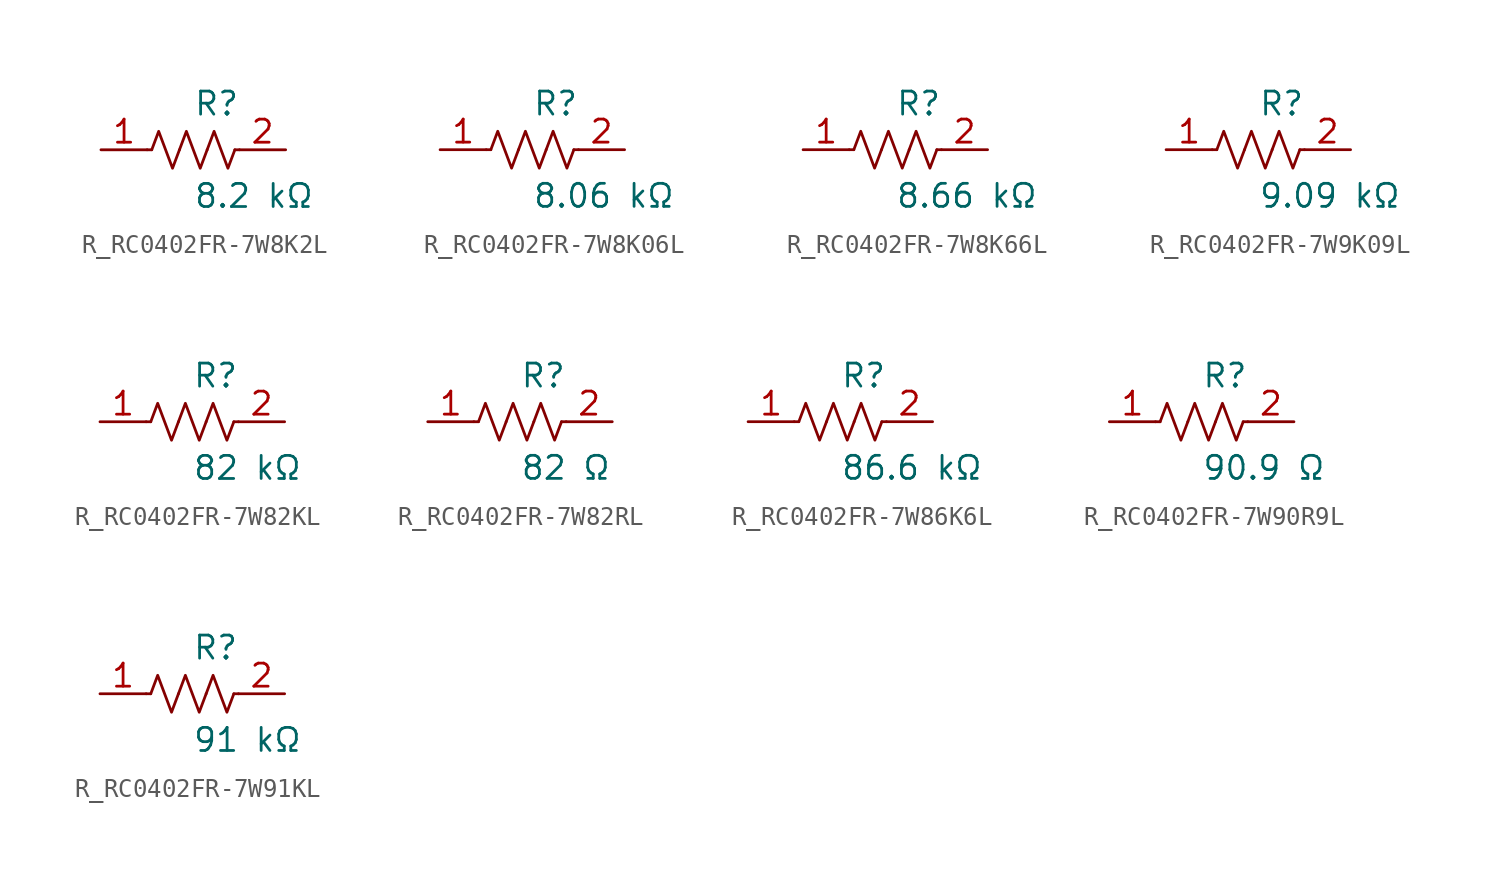
<source format=kicad_sym>
(kicad_symbol_lib
  (version 20231120)
  (generator kicad_symbol_editor)
  (generator_version 8.0)
  (symbol "R_RC0402FR-7W8K2L"
    (pin_names
      (offset 0.254))
    (property "Reference" "R"
      (at 0 2.54 0)
      (effects (font (size 1.27 1.27)) (justify left)))
    (property "Value" "8.2 kΩ"
      (at 0 -2.54 0)
      (effects (font (size 1.27 1.27)) (justify left)))
    (symbol "R_RC0402FR-7W8K2L_0_1"
      (polyline (pts (xy 2.286 0) (xy 2.54 0)) (stroke (width 0) (type default)) (fill (type none)))
      (polyline (pts (xy -2.286 0) (xy -2.54 0)) (stroke (width 0) (type default)) (fill (type none)))
      (polyline (pts (xy 0.762 0) (xy 1.143 1.016) (xy 1.524 0) (xy 1.905 -1.016) (xy 2.286 0)) (stroke (width 0) (type default)) (fill (type none)))
      (polyline (pts (xy -0.762 0) (xy -0.381 1.016) (xy 0 0) (xy 0.381 -1.016) (xy 0.762 0)) (stroke (width 0) (type default)) (fill (type none)))
      (polyline (pts (xy -2.286 0) (xy -1.905 1.016) (xy -1.524 0) (xy -1.143 -1.016) (xy -0.762 0)) (stroke (width 0) (type default)) (fill (type none))))
    (pin passive line
      (at -5.08 0 0)
      (length 2.54)
      (name "" (effects (font (size 1.27 1.27))))
      (number "1" (effects (font (size 1.27 1.27)))))
    (pin passive line
      (at 5.08 0 180)
      (length 2.54)
      (name "" (effects (font (size 1.27 1.27))))
      (number "2" (effects (font (size 1.27 1.27))))))
  (symbol "R_RC0402FR-7W8K06L"
    (pin_names
      (offset 0.254))
    (property "Reference" "R"
      (at 0 2.54 0)
      (effects (font (size 1.27 1.27)) (justify left)))
    (property "Value" "8.06 kΩ"
      (at 0 -2.54 0)
      (effects (font (size 1.27 1.27)) (justify left)))
    (symbol "R_RC0402FR-7W8K06L_0_1"
      (polyline (pts (xy 2.286 0) (xy 2.54 0)) (stroke (width 0) (type default)) (fill (type none)))
      (polyline (pts (xy -2.286 0) (xy -2.54 0)) (stroke (width 0) (type default)) (fill (type none)))
      (polyline (pts (xy 0.762 0) (xy 1.143 1.016) (xy 1.524 0) (xy 1.905 -1.016) (xy 2.286 0)) (stroke (width 0) (type default)) (fill (type none)))
      (polyline (pts (xy -0.762 0) (xy -0.381 1.016) (xy 0 0) (xy 0.381 -1.016) (xy 0.762 0)) (stroke (width 0) (type default)) (fill (type none)))
      (polyline (pts (xy -2.286 0) (xy -1.905 1.016) (xy -1.524 0) (xy -1.143 -1.016) (xy -0.762 0)) (stroke (width 0) (type default)) (fill (type none))))
    (pin passive line
      (at -5.08 0 0)
      (length 2.54)
      (name "" (effects (font (size 1.27 1.27))))
      (number "1" (effects (font (size 1.27 1.27)))))
    (pin passive line
      (at 5.08 0 180)
      (length 2.54)
      (name "" (effects (font (size 1.27 1.27))))
      (number "2" (effects (font (size 1.27 1.27))))))
  (symbol "R_RC0402FR-7W8K66L"
    (pin_names
      (offset 0.254))
    (property "Reference" "R"
      (at 0 2.54 0)
      (effects (font (size 1.27 1.27)) (justify left)))
    (property "Value" "8.66 kΩ"
      (at 0 -2.54 0)
      (effects (font (size 1.27 1.27)) (justify left)))
    (symbol "R_RC0402FR-7W8K66L_0_1"
      (polyline (pts (xy 2.286 0) (xy 2.54 0)) (stroke (width 0) (type default)) (fill (type none)))
      (polyline (pts (xy -2.286 0) (xy -2.54 0)) (stroke (width 0) (type default)) (fill (type none)))
      (polyline (pts (xy 0.762 0) (xy 1.143 1.016) (xy 1.524 0) (xy 1.905 -1.016) (xy 2.286 0)) (stroke (width 0) (type default)) (fill (type none)))
      (polyline (pts (xy -0.762 0) (xy -0.381 1.016) (xy 0 0) (xy 0.381 -1.016) (xy 0.762 0)) (stroke (width 0) (type default)) (fill (type none)))
      (polyline (pts (xy -2.286 0) (xy -1.905 1.016) (xy -1.524 0) (xy -1.143 -1.016) (xy -0.762 0)) (stroke (width 0) (type default)) (fill (type none))))
    (pin passive line
      (at -5.08 0 0)
      (length 2.54)
      (name "" (effects (font (size 1.27 1.27))))
      (number "1" (effects (font (size 1.27 1.27)))))
    (pin passive line
      (at 5.08 0 180)
      (length 2.54)
      (name "" (effects (font (size 1.27 1.27))))
      (number "2" (effects (font (size 1.27 1.27))))))
  (symbol "R_RC0402FR-7W9K09L"
    (pin_names
      (offset 0.254))
    (property "Reference" "R"
      (at 0 2.54 0)
      (effects (font (size 1.27 1.27)) (justify left)))
    (property "Value" "9.09 kΩ"
      (at 0 -2.54 0)
      (effects (font (size 1.27 1.27)) (justify left)))
    (symbol "R_RC0402FR-7W9K09L_0_1"
      (polyline (pts (xy 2.286 0) (xy 2.54 0)) (stroke (width 0) (type default)) (fill (type none)))
      (polyline (pts (xy -2.286 0) (xy -2.54 0)) (stroke (width 0) (type default)) (fill (type none)))
      (polyline (pts (xy 0.762 0) (xy 1.143 1.016) (xy 1.524 0) (xy 1.905 -1.016) (xy 2.286 0)) (stroke (width 0) (type default)) (fill (type none)))
      (polyline (pts (xy -0.762 0) (xy -0.381 1.016) (xy 0 0) (xy 0.381 -1.016) (xy 0.762 0)) (stroke (width 0) (type default)) (fill (type none)))
      (polyline (pts (xy -2.286 0) (xy -1.905 1.016) (xy -1.524 0) (xy -1.143 -1.016) (xy -0.762 0)) (stroke (width 0) (type default)) (fill (type none))))
    (pin passive line
      (at -5.08 0 0)
      (length 2.54)
      (name "" (effects (font (size 1.27 1.27))))
      (number "1" (effects (font (size 1.27 1.27)))))
    (pin passive line
      (at 5.08 0 180)
      (length 2.54)
      (name "" (effects (font (size 1.27 1.27))))
      (number "2" (effects (font (size 1.27 1.27))))))
  (symbol "R_RC0402FR-7W82KL"
    (pin_names
      (offset 0.254))
    (property "Reference" "R"
      (at 0 2.54 0)
      (effects (font (size 1.27 1.27)) (justify left)))
    (property "Value" "82 kΩ"
      (at 0 -2.54 0)
      (effects (font (size 1.27 1.27)) (justify left)))
    (symbol "R_RC0402FR-7W82KL_0_1"
      (polyline (pts (xy 2.286 0) (xy 2.54 0)) (stroke (width 0) (type default)) (fill (type none)))
      (polyline (pts (xy -2.286 0) (xy -2.54 0)) (stroke (width 0) (type default)) (fill (type none)))
      (polyline (pts (xy 0.762 0) (xy 1.143 1.016) (xy 1.524 0) (xy 1.905 -1.016) (xy 2.286 0)) (stroke (width 0) (type default)) (fill (type none)))
      (polyline (pts (xy -0.762 0) (xy -0.381 1.016) (xy 0 0) (xy 0.381 -1.016) (xy 0.762 0)) (stroke (width 0) (type default)) (fill (type none)))
      (polyline (pts (xy -2.286 0) (xy -1.905 1.016) (xy -1.524 0) (xy -1.143 -1.016) (xy -0.762 0)) (stroke (width 0) (type default)) (fill (type none))))
    (pin passive line
      (at -5.08 0 0)
      (length 2.54)
      (name "" (effects (font (size 1.27 1.27))))
      (number "1" (effects (font (size 1.27 1.27)))))
    (pin passive line
      (at 5.08 0 180)
      (length 2.54)
      (name "" (effects (font (size 1.27 1.27))))
      (number "2" (effects (font (size 1.27 1.27))))))
  (symbol "R_RC0402FR-7W82RL"
    (pin_names
      (offset 0.254))
    (property "Reference" "R"
      (at 0 2.54 0)
      (effects (font (size 1.27 1.27)) (justify left)))
    (property "Value" "82 Ω"
      (at 0 -2.54 0)
      (effects (font (size 1.27 1.27)) (justify left)))
    (symbol "R_RC0402FR-7W82RL_0_1"
      (polyline (pts (xy 2.286 0) (xy 2.54 0)) (stroke (width 0) (type default)) (fill (type none)))
      (polyline (pts (xy -2.286 0) (xy -2.54 0)) (stroke (width 0) (type default)) (fill (type none)))
      (polyline (pts (xy 0.762 0) (xy 1.143 1.016) (xy 1.524 0) (xy 1.905 -1.016) (xy 2.286 0)) (stroke (width 0) (type default)) (fill (type none)))
      (polyline (pts (xy -0.762 0) (xy -0.381 1.016) (xy 0 0) (xy 0.381 -1.016) (xy 0.762 0)) (stroke (width 0) (type default)) (fill (type none)))
      (polyline (pts (xy -2.286 0) (xy -1.905 1.016) (xy -1.524 0) (xy -1.143 -1.016) (xy -0.762 0)) (stroke (width 0) (type default)) (fill (type none))))
    (pin passive line
      (at -5.08 0 0)
      (length 2.54)
      (name "" (effects (font (size 1.27 1.27))))
      (number "1" (effects (font (size 1.27 1.27)))))
    (pin passive line
      (at 5.08 0 180)
      (length 2.54)
      (name "" (effects (font (size 1.27 1.27))))
      (number "2" (effects (font (size 1.27 1.27))))))
  (symbol "R_RC0402FR-7W86K6L"
    (pin_names
      (offset 0.254))
    (property "Reference" "R"
      (at 0 2.54 0)
      (effects (font (size 1.27 1.27)) (justify left)))
    (property "Value" "86.6 kΩ"
      (at 0 -2.54 0)
      (effects (font (size 1.27 1.27)) (justify left)))
    (symbol "R_RC0402FR-7W86K6L_0_1"
      (polyline (pts (xy 2.286 0) (xy 2.54 0)) (stroke (width 0) (type default)) (fill (type none)))
      (polyline (pts (xy -2.286 0) (xy -2.54 0)) (stroke (width 0) (type default)) (fill (type none)))
      (polyline (pts (xy 0.762 0) (xy 1.143 1.016) (xy 1.524 0) (xy 1.905 -1.016) (xy 2.286 0)) (stroke (width 0) (type default)) (fill (type none)))
      (polyline (pts (xy -0.762 0) (xy -0.381 1.016) (xy 0 0) (xy 0.381 -1.016) (xy 0.762 0)) (stroke (width 0) (type default)) (fill (type none)))
      (polyline (pts (xy -2.286 0) (xy -1.905 1.016) (xy -1.524 0) (xy -1.143 -1.016) (xy -0.762 0)) (stroke (width 0) (type default)) (fill (type none))))
    (pin passive line
      (at -5.08 0 0)
      (length 2.54)
      (name "" (effects (font (size 1.27 1.27))))
      (number "1" (effects (font (size 1.27 1.27)))))
    (pin passive line
      (at 5.08 0 180)
      (length 2.54)
      (name "" (effects (font (size 1.27 1.27))))
      (number "2" (effects (font (size 1.27 1.27))))))
  (symbol "R_RC0402FR-7W90R9L"
    (pin_names
      (offset 0.254))
    (property "Reference" "R"
      (at 0 2.54 0)
      (effects (font (size 1.27 1.27)) (justify left)))
    (property "Value" "90.9 Ω"
      (at 0 -2.54 0)
      (effects (font (size 1.27 1.27)) (justify left)))
    (symbol "R_RC0402FR-7W90R9L_0_1"
      (polyline (pts (xy 2.286 0) (xy 2.54 0)) (stroke (width 0) (type default)) (fill (type none)))
      (polyline (pts (xy -2.286 0) (xy -2.54 0)) (stroke (width 0) (type default)) (fill (type none)))
      (polyline (pts (xy 0.762 0) (xy 1.143 1.016) (xy 1.524 0) (xy 1.905 -1.016) (xy 2.286 0)) (stroke (width 0) (type default)) (fill (type none)))
      (polyline (pts (xy -0.762 0) (xy -0.381 1.016) (xy 0 0) (xy 0.381 -1.016) (xy 0.762 0)) (stroke (width 0) (type default)) (fill (type none)))
      (polyline (pts (xy -2.286 0) (xy -1.905 1.016) (xy -1.524 0) (xy -1.143 -1.016) (xy -0.762 0)) (stroke (width 0) (type default)) (fill (type none))))
    (pin passive line
      (at -5.08 0 0)
      (length 2.54)
      (name "" (effects (font (size 1.27 1.27))))
      (number "1" (effects (font (size 1.27 1.27)))))
    (pin passive line
      (at 5.08 0 180)
      (length 2.54)
      (name "" (effects (font (size 1.27 1.27))))
      (number "2" (effects (font (size 1.27 1.27))))))
  (symbol "R_RC0402FR-7W91KL"
    (pin_names
      (offset 0.254))
    (property "Reference" "R"
      (at 0 2.54 0)
      (effects (font (size 1.27 1.27)) (justify left)))
    (property "Value" "91 kΩ"
      (at 0 -2.54 0)
      (effects (font (size 1.27 1.27)) (justify left)))
    (symbol "R_RC0402FR-7W91KL_0_1"
      (polyline (pts (xy 2.286 0) (xy 2.54 0)) (stroke (width 0) (type default)) (fill (type none)))
      (polyline (pts (xy -2.286 0) (xy -2.54 0)) (stroke (width 0) (type default)) (fill (type none)))
      (polyline (pts (xy 0.762 0) (xy 1.143 1.016) (xy 1.524 0) (xy 1.905 -1.016) (xy 2.286 0)) (stroke (width 0) (type default)) (fill (type none)))
      (polyline (pts (xy -0.762 0) (xy -0.381 1.016) (xy 0 0) (xy 0.381 -1.016) (xy 0.762 0)) (stroke (width 0) (type default)) (fill (type none)))
      (polyline (pts (xy -2.286 0) (xy -1.905 1.016) (xy -1.524 0) (xy -1.143 -1.016) (xy -0.762 0)) (stroke (width 0) (type default)) (fill (type none))))
    (pin passive line
      (at -5.08 0 0)
      (length 2.54)
      (name "" (effects (font (size 1.27 1.27))))
      (number "1" (effects (font (size 1.27 1.27)))))
    (pin passive line
      (at 5.08 0 180)
      (length 2.54)
      (name "" (effects (font (size 1.27 1.27))))
      (number "2" (effects (font (size 1.27 1.27)))))))
</source>
